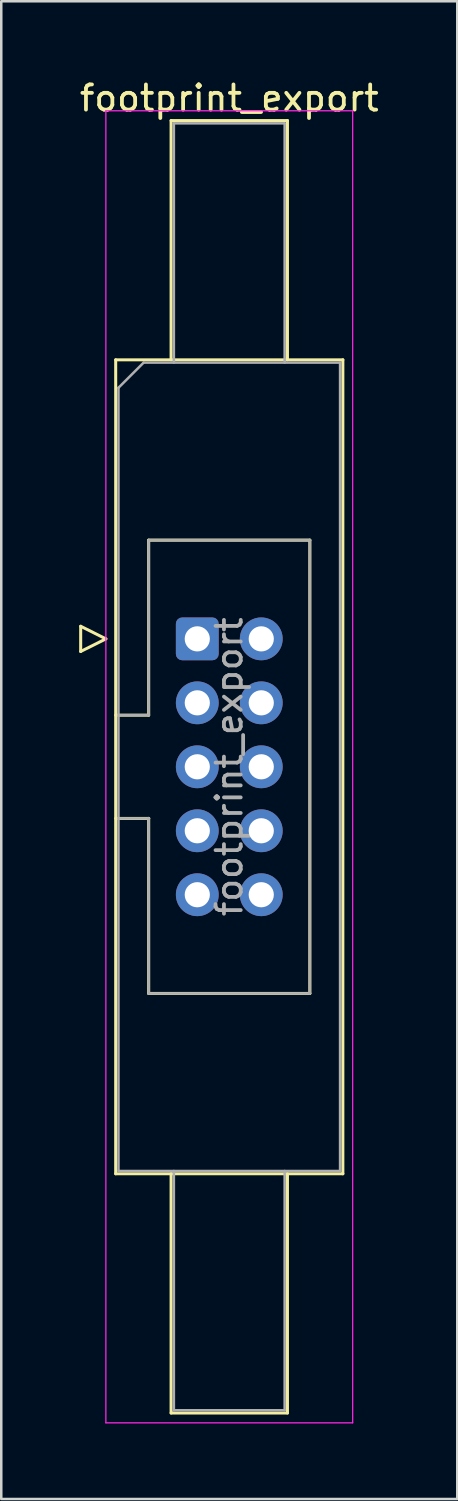
<source format=kicad_pcb>
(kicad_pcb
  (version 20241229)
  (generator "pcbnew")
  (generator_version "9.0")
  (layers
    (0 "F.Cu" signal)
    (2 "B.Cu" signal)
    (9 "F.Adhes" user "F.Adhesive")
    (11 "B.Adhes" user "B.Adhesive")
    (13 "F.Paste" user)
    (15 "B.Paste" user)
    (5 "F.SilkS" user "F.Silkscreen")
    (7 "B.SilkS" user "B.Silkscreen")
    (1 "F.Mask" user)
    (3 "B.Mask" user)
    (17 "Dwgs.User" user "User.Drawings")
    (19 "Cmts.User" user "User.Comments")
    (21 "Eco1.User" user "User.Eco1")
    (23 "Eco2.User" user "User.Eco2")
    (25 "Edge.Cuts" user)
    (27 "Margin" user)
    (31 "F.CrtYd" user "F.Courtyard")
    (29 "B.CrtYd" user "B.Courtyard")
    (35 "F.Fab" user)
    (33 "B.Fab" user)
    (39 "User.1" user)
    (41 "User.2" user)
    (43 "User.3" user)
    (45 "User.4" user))
  (footprint "footprint_export"
    (layer "F.Cu")
    (at 4.784 22.318)
    (property "Reference" "footprint_export" (at 1.27 -21.47 0) (layer "F.SilkS") (effects (font (size 1 1) (thickness 0.15))))
    (attr through_hole)
    (fp_line (start -4.63 -0.5) (end -4.63 0.5) (stroke (width 0.12) (type solid)) (layer "F.SilkS"))
    (fp_line (start -4.63 0.5) (end -3.63 0) (stroke (width 0.12) (type solid)) (layer "F.SilkS"))
    (fp_line (start -3.63 0) (end -4.63 -0.5) (stroke (width 0.12) (type solid)) (layer "F.SilkS"))
    (fp_line (start -3.24 -11.08) (end 5.78 -11.08) (stroke (width 0.12) (type solid)) (layer "F.SilkS"))
    (fp_line (start -3.24 3.03) (end -1.93 3.03) (stroke (width 0.12) (type solid)) (layer "F.SilkS"))
    (fp_line (start -3.24 21.24) (end -3.24 -11.08) (stroke (width 0.12) (type solid)) (layer "F.SilkS"))
    (fp_line (start -1.93 -3.92) (end 4.47 -3.92) (stroke (width 0.12) (type solid)) (layer "F.SilkS"))
    (fp_line (start -1.93 3.03) (end -1.93 -3.92) (stroke (width 0.12) (type solid)) (layer "F.SilkS"))
    (fp_line (start -1.93 7.13) (end -3.24 7.13) (stroke (width 0.12) (type solid)) (layer "F.SilkS"))
    (fp_line (start -1.93 7.13) (end -1.93 7.13) (stroke (width 0.12) (type solid)) (layer "F.SilkS"))
    (fp_line (start -1.93 14.08) (end -1.93 7.13) (stroke (width 0.12) (type solid)) (layer "F.SilkS"))
    (fp_line (start -1.04 -20.58) (end 3.58 -20.58) (stroke (width 0.12) (type solid)) (layer "F.SilkS"))
    (fp_line (start -1.04 -11.08) (end -1.04 -20.58) (stroke (width 0.12) (type solid)) (layer "F.SilkS"))
    (fp_line (start -1.04 21.24) (end -1.04 30.74) (stroke (width 0.12) (type solid)) (layer "F.SilkS"))
    (fp_line (start -1.04 30.74) (end 3.58 30.74) (stroke (width 0.12) (type solid)) (layer "F.SilkS"))
    (fp_line (start 3.58 -20.58) (end 3.58 -11.08) (stroke (width 0.12) (type solid)) (layer "F.SilkS"))
    (fp_line (start 3.58 30.74) (end 3.58 21.24) (stroke (width 0.12) (type solid)) (layer "F.SilkS"))
    (fp_line (start 4.47 -3.92) (end 4.47 14.08) (stroke (width 0.12) (type solid)) (layer "F.SilkS"))
    (fp_line (start 4.47 14.08) (end -1.93 14.08) (stroke (width 0.12) (type solid)) (layer "F.SilkS"))
    (fp_line (start 5.78 -11.08) (end 5.78 21.24) (stroke (width 0.12) (type solid)) (layer "F.SilkS"))
    (fp_line (start 5.78 21.24) (end -3.24 21.24) (stroke (width 0.12) (type solid)) (layer "F.SilkS"))
    (fp_line (start -3.63 -20.97) (end -3.63 31.13) (stroke (width 0.05) (type solid)) (layer "F.CrtYd"))
    (fp_line (start -3.63 31.13) (end 6.17 31.13) (stroke (width 0.05) (type solid)) (layer "F.CrtYd"))
    (fp_line (start 6.17 -20.97) (end -3.63 -20.97) (stroke (width 0.05) (type solid)) (layer "F.CrtYd"))
    (fp_line (start 6.17 31.13) (end 6.17 -20.97) (stroke (width 0.05) (type solid)) (layer "F.CrtYd"))
    (fp_line (start -3.13 -9.97) (end -2.13 -10.97) (stroke (width 0.1) (type solid)) (layer "F.Fab"))
    (fp_line (start -3.13 3.03) (end -1.93 3.03) (stroke (width 0.1) (type solid)) (layer "F.Fab"))
    (fp_line (start -3.13 21.13) (end -3.13 -9.97) (stroke (width 0.1) (type solid)) (layer "F.Fab"))
    (fp_line (start -2.13 -10.97) (end 5.67 -10.97) (stroke (width 0.1) (type solid)) (layer "F.Fab"))
    (fp_line (start -1.93 -3.92) (end 4.47 -3.92) (stroke (width 0.1) (type solid)) (layer "F.Fab"))
    (fp_line (start -1.93 3.03) (end -1.93 -3.92) (stroke (width 0.1) (type solid)) (layer "F.Fab"))
    (fp_line (start -1.93 7.13) (end -3.13 7.13) (stroke (width 0.1) (type solid)) (layer "F.Fab"))
    (fp_line (start -1.93 7.13) (end -1.93 7.13) (stroke (width 0.1) (type solid)) (layer "F.Fab"))
    (fp_line (start -1.93 14.08) (end -1.93 7.13) (stroke (width 0.1) (type solid)) (layer "F.Fab"))
    (fp_line (start -0.93 -20.47) (end 3.47 -20.47) (stroke (width 0.1) (type solid)) (layer "F.Fab"))
    (fp_line (start -0.93 -10.97) (end -0.93 -20.47) (stroke (width 0.1) (type solid)) (layer "F.Fab"))
    (fp_line (start -0.93 21.13) (end -0.93 30.63) (stroke (width 0.1) (type solid)) (layer "F.Fab"))
    (fp_line (start -0.93 30.63) (end 3.47 30.63) (stroke (width 0.1) (type solid)) (layer "F.Fab"))
    (fp_line (start 3.47 -20.47) (end 3.47 -10.97) (stroke (width 0.1) (type solid)) (layer "F.Fab"))
    (fp_line (start 3.47 30.63) (end 3.47 21.13) (stroke (width 0.1) (type solid)) (layer "F.Fab"))
    (fp_line (start 4.47 -3.92) (end 4.47 14.08) (stroke (width 0.1) (type solid)) (layer "F.Fab"))
    (fp_line (start 4.47 14.08) (end -1.93 14.08) (stroke (width 0.1) (type solid)) (layer "F.Fab"))
    (fp_line (start 5.67 -10.97) (end 5.67 21.13) (stroke (width 0.1) (type solid)) (layer "F.Fab"))
    (fp_line (start 5.67 21.13) (end -3.13 21.13) (stroke (width 0.1) (type solid)) (layer "F.Fab"))
    (fp_text user "${REFERENCE}" (at 1.27 5.08 90) (layer "F.Fab") (effects (font (size 1 1) (thickness 0.15))))
    (pad "1" thru_hole roundrect (at 0 0) (size 1.7 1.7) (drill 1) (layers "*.Cu" "*.Mask") (roundrect_rratio 0.147))
    (pad "2" thru_hole circle (at 2.54 0) (size 1.7 1.7) (drill 1) (layers "*.Cu" "*.Mask"))
    (pad "3" thru_hole circle (at 0 2.54) (size 1.7 1.7) (drill 1) (layers "*.Cu" "*.Mask"))
    (pad "4" thru_hole circle (at 2.54 2.54) (size 1.7 1.7) (drill 1) (layers "*.Cu" "*.Mask"))
    (pad "5" thru_hole circle (at 0 5.08) (size 1.7 1.7) (drill 1) (layers "*.Cu" "*.Mask"))
    (pad "6" thru_hole circle (at 2.54 5.08) (size 1.7 1.7) (drill 1) (layers "*.Cu" "*.Mask"))
    (pad "7" thru_hole circle (at 0 7.62) (size 1.7 1.7) (drill 1) (layers "*.Cu" "*.Mask"))
    (pad "8" thru_hole circle (at 2.54 7.62) (size 1.7 1.7) (drill 1) (layers "*.Cu" "*.Mask"))
    (pad "9" thru_hole circle (at 0 10.16) (size 1.7 1.7) (drill 1) (layers "*.Cu" "*.Mask"))
    (pad "10" thru_hole circle (at 2.54 10.16) (size 1.7 1.7) (drill 1) (layers "*.Cu" "*.Mask")))
  (gr_rect
    (start -3 -3)
    (end 15.107 56.473)
    (stroke (width 0.1) (type default))
    (fill no)
    (layer "Edge.Cuts")))
</source>
